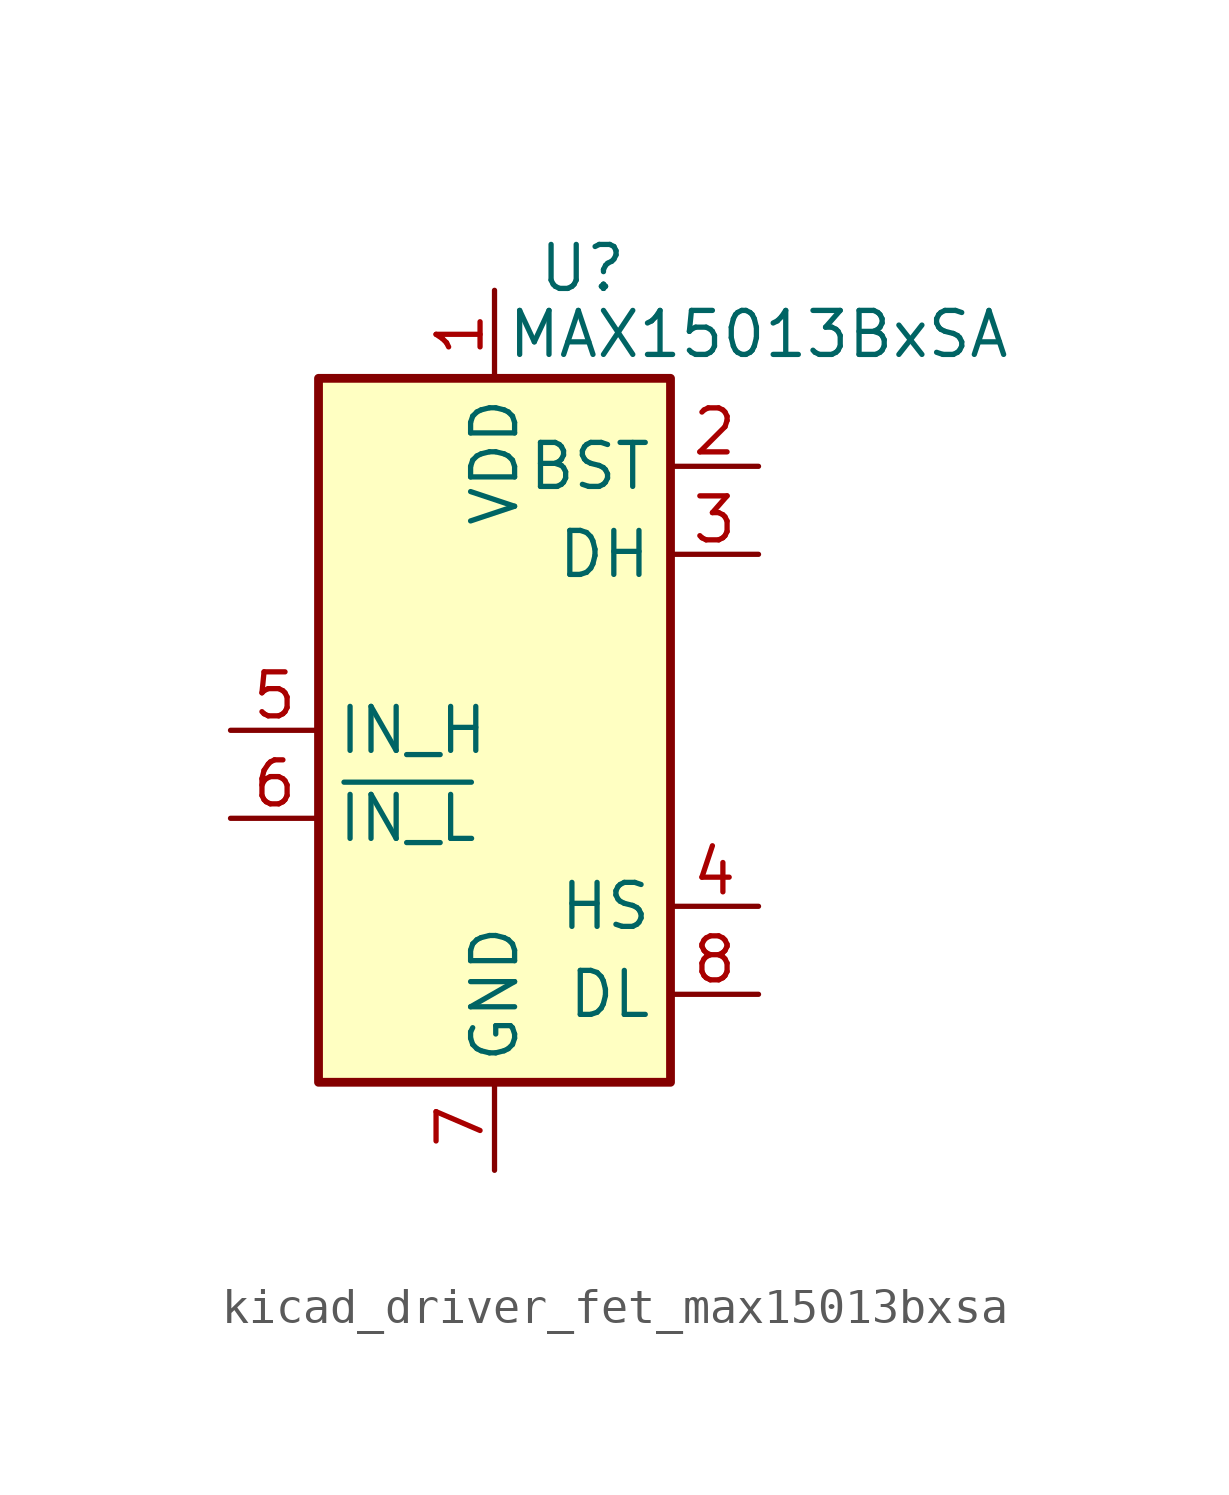
<source format=kicad_sym>
(kicad_symbol_lib
  (version 20220914)
  (generator kicad_symbol_editor)
  (symbol "kicad_driver_fet_max15013bxsa"
    (property "Reference" "U"
      (at 2.54 13.335 0)
      (effects (font (size 1.27 1.27))))
    (property "Value" "MAX15013BxSA"
      (at 7.62 11.43 0)
      (effects (font (size 1.27 1.27))))
    (symbol "kicad_driver_fet_max15013bxsa_0_1"
      (rectangle (start -5.08 -10.16) (end 5.08 10.16) (stroke (width 0.254) (type default)) (fill (type background))))
    (symbol "kicad_driver_fet_max15013bxsa_1_1"
      (pin power_in line (at 0 12.7 270) (length 2.54) (name "VDD" (effects (font (size 1.27 1.27)))) (number "1" (effects (font (size 1.27 1.27)))))
      (pin power_in line (at 7.62 7.62 180) (length 2.54) (name "BST" (effects (font (size 1.27 1.27)))) (number "2" (effects (font (size 1.27 1.27)))))
      (pin output line (at 7.62 5.08 180) (length 2.54) (name "DH" (effects (font (size 1.27 1.27)))) (number "3" (effects (font (size 1.27 1.27)))))
      (pin passive line (at 7.62 -5.08 180) (length 2.54) (name "HS" (effects (font (size 1.27 1.27)))) (number "4" (effects (font (size 1.27 1.27)))))
      (pin input line (at -7.62 0 0) (length 2.54) (name "IN_H" (effects (font (size 1.27 1.27)))) (number "5" (effects (font (size 1.27 1.27)))))
      (pin input line (at -7.62 -2.54 0) (length 2.54) (name "~{IN_L}" (effects (font (size 1.27 1.27)))) (number "6" (effects (font (size 1.27 1.27)))))
      (pin power_in line (at 0 -12.7 90) (length 2.54) (name "GND" (effects (font (size 1.27 1.27)))) (number "7" (effects (font (size 1.27 1.27)))))
      (pin output line (at 7.62 -7.62 180) (length 2.54) (name "DL" (effects (font (size 1.27 1.27)))) (number "8" (effects (font (size 1.27 1.27))))))))
</source>
